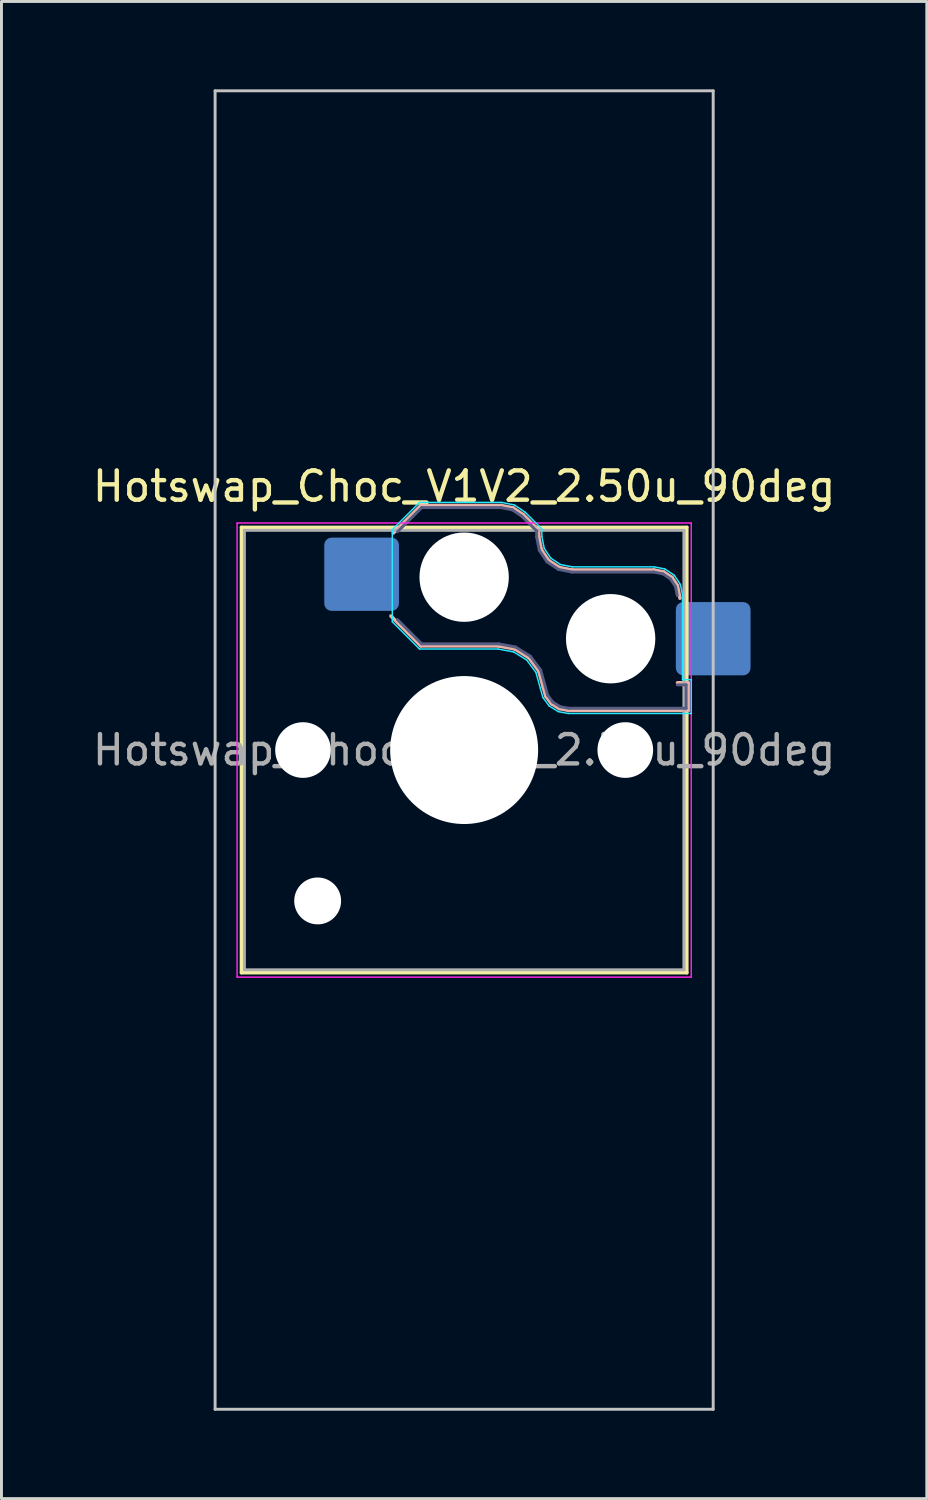
<source format=kicad_pcb>
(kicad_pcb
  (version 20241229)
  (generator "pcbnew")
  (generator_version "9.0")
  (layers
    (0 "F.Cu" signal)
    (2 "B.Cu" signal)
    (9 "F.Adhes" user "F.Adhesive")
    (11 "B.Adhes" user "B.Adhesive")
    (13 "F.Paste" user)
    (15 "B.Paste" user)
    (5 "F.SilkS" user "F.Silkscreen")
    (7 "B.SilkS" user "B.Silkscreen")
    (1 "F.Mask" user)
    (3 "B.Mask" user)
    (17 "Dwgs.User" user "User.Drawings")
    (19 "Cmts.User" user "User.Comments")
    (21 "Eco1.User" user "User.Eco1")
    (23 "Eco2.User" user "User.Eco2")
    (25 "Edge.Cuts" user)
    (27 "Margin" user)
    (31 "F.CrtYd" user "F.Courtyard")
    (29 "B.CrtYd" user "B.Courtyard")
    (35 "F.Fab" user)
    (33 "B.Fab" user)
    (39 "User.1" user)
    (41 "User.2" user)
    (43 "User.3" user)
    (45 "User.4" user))
  (footprint "Hotswap_Choc_V1V2_2.50u_90deg"
    (layer "F.Cu")
    (at 12.792 22.55)
    (property "Reference" "Hotswap_Choc_V1V2_2.50u_90deg" (at 0 -9 0) (layer "F.SilkS") (effects (font (size 1 1) (thickness 0.15))))
    (attr smd)
    (fp_line (start -7.6 -7.6) (end -7.6 7.6) (stroke (width 0.12) (type solid)) (layer "F.SilkS"))
    (fp_line (start -7.6 7.6) (end 7.6 7.6) (stroke (width 0.12) (type solid)) (layer "F.SilkS"))
    (fp_line (start 7.6 -7.6) (end -7.6 -7.6) (stroke (width 0.12) (type solid)) (layer "F.SilkS"))
    (fp_line (start 7.6 7.6) (end 7.6 -7.6) (stroke (width 0.12) (type solid)) (layer "F.SilkS"))
    (fp_line (start -2.416 -7.409) (end -1.479 -8.346) (stroke (width 0.12) (type solid)) (layer "B.SilkS"))
    (fp_line (start -1.479 -8.346) (end 1.268 -8.346) (stroke (width 0.12) (type solid)) (layer "B.SilkS"))
    (fp_line (start -1.479 -3.554) (end -2.5 -4.575) (stroke (width 0.12) (type solid)) (layer "B.SilkS"))
    (fp_line (start 1.168 -3.554) (end -1.479 -3.554) (stroke (width 0.12) (type solid)) (layer "B.SilkS"))
    (fp_line (start 1.268 -8.346) (end 1.671 -8.266) (stroke (width 0.12) (type solid)) (layer "B.SilkS"))
    (fp_line (start 1.671 -8.266) (end 2.013 -8.037) (stroke (width 0.12) (type solid)) (layer "B.SilkS"))
    (fp_line (start 1.73 -3.449) (end 1.168 -3.554) (stroke (width 0.12) (type solid)) (layer "B.SilkS"))
    (fp_line (start 2.013 -8.037) (end 2.546 -7.504) (stroke (width 0.12) (type solid)) (layer "B.SilkS"))
    (fp_line (start 2.209 -3.15) (end 1.73 -3.449) (stroke (width 0.12) (type solid)) (layer "B.SilkS"))
    (fp_line (start 2.546 -7.504) (end 2.546 -7.282) (stroke (width 0.12) (type solid)) (layer "B.SilkS"))
    (fp_line (start 2.546 -7.282) (end 2.633 -6.844) (stroke (width 0.12) (type solid)) (layer "B.SilkS"))
    (fp_line (start 2.547 -2.697) (end 2.209 -3.15) (stroke (width 0.12) (type solid)) (layer "B.SilkS"))
    (fp_line (start 2.633 -6.844) (end 2.877 -6.477) (stroke (width 0.12) (type solid)) (layer "B.SilkS"))
    (fp_line (start 2.701 -2.139) (end 2.547 -2.697) (stroke (width 0.12) (type solid)) (layer "B.SilkS"))
    (fp_line (start 2.783 -1.841) (end 2.701 -2.139) (stroke (width 0.12) (type solid)) (layer "B.SilkS"))
    (fp_line (start 2.877 -6.477) (end 3.244 -6.233) (stroke (width 0.12) (type solid)) (layer "B.SilkS"))
    (fp_line (start 2.976 -1.583) (end 2.783 -1.841) (stroke (width 0.12) (type solid)) (layer "B.SilkS"))
    (fp_line (start 3.244 -6.233) (end 3.682 -6.146) (stroke (width 0.12) (type solid)) (layer "B.SilkS"))
    (fp_line (start 3.25 -1.413) (end 2.976 -1.583) (stroke (width 0.12) (type solid)) (layer "B.SilkS"))
    (fp_line (start 3.56 -1.354) (end 3.25 -1.413) (stroke (width 0.12) (type solid)) (layer "B.SilkS"))
    (fp_line (start 3.682 -6.146) (end 6.482 -6.146) (stroke (width 0.12) (type solid)) (layer "B.SilkS"))
    (fp_line (start 6.482 -6.146) (end 6.809 -6.081) (stroke (width 0.12) (type solid)) (layer "B.SilkS"))
    (fp_line (start 6.809 -6.081) (end 7.092 -5.892) (stroke (width 0.12) (type solid)) (layer "B.SilkS"))
    (fp_line (start 7.092 -5.892) (end 7.281 -5.609) (stroke (width 0.12) (type solid)) (layer "B.SilkS"))
    (fp_line (start 7.281 -5.609) (end 7.366 -5.182) (stroke (width 0.12) (type solid)) (layer "B.SilkS"))
    (fp_line (start 7.283 -2.296) (end 7.646 -2.296) (stroke (width 0.12) (type solid)) (layer "B.SilkS"))
    (fp_line (start 7.646 -2.296) (end 7.646 -1.354) (stroke (width 0.12) (type solid)) (layer "B.SilkS"))
    (fp_line (start 7.646 -1.354) (end 3.56 -1.354) (stroke (width 0.12) (type solid)) (layer "B.SilkS"))
    (fp_line (start -8.5 -22.5) (end 8.5 -22.5) (stroke (width 0.1) (type solid)) (layer "Dwgs.User"))
    (fp_line (start -8.5 22.5) (end -8.5 -22.5) (stroke (width 0.1) (type solid)) (layer "Dwgs.User"))
    (fp_line (start 8.5 -22.5) (end 8.5 22.5) (stroke (width 0.1) (type solid)) (layer "Dwgs.User"))
    (fp_line (start 8.5 22.5) (end -8.5 22.5) (stroke (width 0.1) (type solid)) (layer "Dwgs.User"))
    (fp_line (start -7.25 -7.25) (end -7.25 7.25) (stroke (width 0.1) (type solid)) (layer "Eco1.User"))
    (fp_line (start -7.25 7.25) (end 7.25 7.25) (stroke (width 0.1) (type solid)) (layer "Eco1.User"))
    (fp_line (start 7.25 -7.25) (end -7.25 -7.25) (stroke (width 0.1) (type solid)) (layer "Eco1.User"))
    (fp_line (start 7.25 7.25) (end 7.25 -7.25) (stroke (width 0.1) (type solid)) (layer "Eco1.User"))
    (fp_line (start -2.452 -7.523) (end -1.523 -8.452) (stroke (width 0.05) (type solid)) (layer "B.CrtYd"))
    (fp_line (start -2.452 -4.377) (end -2.452 -7.523) (stroke (width 0.05) (type solid)) (layer "B.CrtYd"))
    (fp_line (start -1.523 -8.452) (end 1.278 -8.452) (stroke (width 0.05) (type solid)) (layer "B.CrtYd"))
    (fp_line (start -1.523 -3.448) (end -2.452 -4.377) (stroke (width 0.05) (type solid)) (layer "B.CrtYd"))
    (fp_line (start 1.159 -3.448) (end -1.523 -3.448) (stroke (width 0.05) (type solid)) (layer "B.CrtYd"))
    (fp_line (start 1.278 -8.452) (end 1.712 -8.366) (stroke (width 0.05) (type solid)) (layer "B.CrtYd"))
    (fp_line (start 1.691 -3.348) (end 1.159 -3.448) (stroke (width 0.05) (type solid)) (layer "B.CrtYd"))
    (fp_line (start 1.712 -8.366) (end 2.081 -8.119) (stroke (width 0.05) (type solid)) (layer "B.CrtYd"))
    (fp_line (start 2.081 -8.119) (end 2.652 -7.548) (stroke (width 0.05) (type solid)) (layer "B.CrtYd"))
    (fp_line (start 2.136 -3.071) (end 1.691 -3.348) (stroke (width 0.05) (type solid)) (layer "B.CrtYd"))
    (fp_line (start 2.45 -2.65) (end 2.136 -3.071) (stroke (width 0.05) (type solid)) (layer "B.CrtYd"))
    (fp_line (start 2.599 -2.111) (end 2.45 -2.65) (stroke (width 0.05) (type solid)) (layer "B.CrtYd"))
    (fp_line (start 2.652 -7.548) (end 2.652 -7.292) (stroke (width 0.05) (type solid)) (layer "B.CrtYd"))
    (fp_line (start 2.652 -7.292) (end 2.733 -6.885) (stroke (width 0.05) (type solid)) (layer "B.CrtYd"))
    (fp_line (start 2.687 -1.794) (end 2.599 -2.111) (stroke (width 0.05) (type solid)) (layer "B.CrtYd"))
    (fp_line (start 2.733 -6.885) (end 2.953 -6.553) (stroke (width 0.05) (type solid)) (layer "B.CrtYd"))
    (fp_line (start 2.903 -1.503) (end 2.687 -1.794) (stroke (width 0.05) (type solid)) (layer "B.CrtYd"))
    (fp_line (start 2.953 -6.553) (end 3.285 -6.333) (stroke (width 0.05) (type solid)) (layer "B.CrtYd"))
    (fp_line (start 3.211 -1.312) (end 2.903 -1.503) (stroke (width 0.05) (type solid)) (layer "B.CrtYd"))
    (fp_line (start 3.285 -6.333) (end 3.692 -6.252) (stroke (width 0.05) (type solid)) (layer "B.CrtYd"))
    (fp_line (start 3.55 -1.248) (end 3.211 -1.312) (stroke (width 0.05) (type solid)) (layer "B.CrtYd"))
    (fp_line (start 3.692 -6.252) (end 6.492 -6.252) (stroke (width 0.05) (type solid)) (layer "B.CrtYd"))
    (fp_line (start 6.492 -6.252) (end 6.85 -6.181) (stroke (width 0.05) (type solid)) (layer "B.CrtYd"))
    (fp_line (start 6.85 -6.181) (end 7.168 -5.968) (stroke (width 0.05) (type solid)) (layer "B.CrtYd"))
    (fp_line (start 7.168 -5.968) (end 7.381 -5.65) (stroke (width 0.05) (type solid)) (layer "B.CrtYd"))
    (fp_line (start 7.381 -5.65) (end 7.452 -5.292) (stroke (width 0.05) (type solid)) (layer "B.CrtYd"))
    (fp_line (start 7.452 -5.292) (end 7.452 -2.402) (stroke (width 0.05) (type solid)) (layer "B.CrtYd"))
    (fp_line (start 7.452 -2.402) (end 7.752 -2.402) (stroke (width 0.05) (type solid)) (layer "B.CrtYd"))
    (fp_line (start 7.752 -2.402) (end 7.752 -1.248) (stroke (width 0.05) (type solid)) (layer "B.CrtYd"))
    (fp_line (start 7.752 -1.248) (end 3.55 -1.248) (stroke (width 0.05) (type solid)) (layer "B.CrtYd"))
    (fp_line (start -7.75 -7.75) (end -7.75 7.75) (stroke (width 0.05) (type solid)) (layer "F.CrtYd"))
    (fp_line (start -7.75 7.75) (end 7.75 7.75) (stroke (width 0.05) (type solid)) (layer "F.CrtYd"))
    (fp_line (start 7.75 -7.75) (end -7.75 -7.75) (stroke (width 0.05) (type solid)) (layer "F.CrtYd"))
    (fp_line (start 7.75 7.75) (end 7.75 -7.75) (stroke (width 0.05) (type solid)) (layer "F.CrtYd"))
    (fp_line (start -2.275 -7.45) (end -1.45 -8.275) (stroke (width 0.1) (type solid)) (layer "B.Fab"))
    (fp_line (start -1.45 -8.275) (end 1.261 -8.275) (stroke (width 0.1) (type solid)) (layer "B.Fab"))
    (fp_line (start -1.45 -3.625) (end -2.275 -4.45) (stroke (width 0.1) (type solid)) (layer "B.Fab"))
    (fp_line (start 1.175 -3.625) (end -1.45 -3.625) (stroke (width 0.1) (type solid)) (layer "B.Fab"))
    (fp_line (start 1.261 -8.275) (end 1.643 -8.199) (stroke (width 0.1) (type solid)) (layer "B.Fab"))
    (fp_line (start 1.643 -8.199) (end 1.968 -7.982) (stroke (width 0.1) (type solid)) (layer "B.Fab"))
    (fp_line (start 1.756 -3.516) (end 1.175 -3.625) (stroke (width 0.1) (type solid)) (layer "B.Fab"))
    (fp_line (start 1.968 -7.982) (end 2.475 -7.475) (stroke (width 0.1) (type solid)) (layer "B.Fab"))
    (fp_line (start 2.258 -3.203) (end 1.756 -3.516) (stroke (width 0.1) (type solid)) (layer "B.Fab"))
    (fp_line (start 2.475 -7.475) (end 2.475 -7.275) (stroke (width 0.1) (type solid)) (layer "B.Fab"))
    (fp_line (start 2.475 -7.275) (end 2.566 -6.816) (stroke (width 0.1) (type solid)) (layer "B.Fab"))
    (fp_line (start 2.566 -6.816) (end 2.826 -6.426) (stroke (width 0.1) (type solid)) (layer "B.Fab"))
    (fp_line (start 2.612 -2.729) (end 2.258 -3.203) (stroke (width 0.1) (type solid)) (layer "B.Fab"))
    (fp_line (start 2.769 -2.158) (end 2.612 -2.729) (stroke (width 0.1) (type solid)) (layer "B.Fab"))
    (fp_line (start 2.826 -6.426) (end 3.216 -6.166) (stroke (width 0.1) (type solid)) (layer "B.Fab"))
    (fp_line (start 2.848 -1.873) (end 2.769 -2.158) (stroke (width 0.1) (type solid)) (layer "B.Fab"))
    (fp_line (start 3.025 -1.636) (end 2.848 -1.873) (stroke (width 0.1) (type solid)) (layer "B.Fab"))
    (fp_line (start 3.216 -6.166) (end 3.675 -6.075) (stroke (width 0.1) (type solid)) (layer "B.Fab"))
    (fp_line (start 3.276 -1.48) (end 3.025 -1.636) (stroke (width 0.1) (type solid)) (layer "B.Fab"))
    (fp_line (start 3.567 -1.425) (end 3.276 -1.48) (stroke (width 0.1) (type solid)) (layer "B.Fab"))
    (fp_line (start 3.675 -6.075) (end 6.475 -6.075) (stroke (width 0.1) (type solid)) (layer "B.Fab"))
    (fp_line (start 6.475 -6.075) (end 6.781 -6.014) (stroke (width 0.1) (type solid)) (layer "B.Fab"))
    (fp_line (start 6.781 -6.014) (end 7.041 -5.841) (stroke (width 0.1) (type solid)) (layer "B.Fab"))
    (fp_line (start 7.041 -5.841) (end 7.214 -5.581) (stroke (width 0.1) (type solid)) (layer "B.Fab"))
    (fp_line (start 7.214 -5.581) (end 7.275 -5.275) (stroke (width 0.1) (type solid)) (layer "B.Fab"))
    (fp_line (start 7.275 -2.225) (end 7.575 -2.225) (stroke (width 0.1) (type solid)) (layer "B.Fab"))
    (fp_line (start 7.575 -2.225) (end 7.575 -1.425) (stroke (width 0.1) (type solid)) (layer "B.Fab"))
    (fp_line (start 7.575 -1.425) (end 3.567 -1.425) (stroke (width 0.1) (type solid)) (layer "B.Fab"))
    (fp_line (start -7.5 -7.5) (end -7.5 7.5) (stroke (width 0.1) (type solid)) (layer "F.Fab"))
    (fp_line (start -7.5 7.5) (end 7.5 7.5) (stroke (width 0.1) (type solid)) (layer "F.Fab"))
    (fp_line (start 7.5 -7.5) (end -7.5 -7.5) (stroke (width 0.1) (type solid)) (layer "F.Fab"))
    (fp_line (start 7.5 7.5) (end 7.5 -7.5) (stroke (width 0.1) (type solid)) (layer "F.Fab"))
    (fp_text user "${REFERENCE}" (at 0 0 0) (layer "F.Fab") (effects (font (size 1 1) (thickness 0.15))))
    (pad "" np_thru_hole circle (at -5.5 0) (size 1.9 1.9) (drill 1.9) (layers "*.Cu" "*.Mask"))
    (pad "" np_thru_hole circle (at -5 5.15) (size 1.6 1.6) (drill 1.6) (layers "*.Cu" "*.Mask"))
    (pad "" np_thru_hole circle (at 0 -5.9) (size 3.05 3.05) (drill 3.05) (layers "*.Cu" "*.Mask"))
    (pad "" np_thru_hole circle (at 0 0) (size 5.05 5.05) (drill 5.05) (layers "*.Cu" "*.Mask"))
    (pad "" np_thru_hole circle (at 5 -3.8) (size 3.05 3.05) (drill 3.05) (layers "*.Cu" "*.Mask"))
    (pad "" np_thru_hole circle (at 5.5 0) (size 1.9 1.9) (drill 1.9) (layers "*.Cu" "*.Mask"))
    (pad "1" smd roundrect (at -3.5 -6) (size 2.55 2.5) (layers "B.Cu" "B.Mask" "B.Paste") (roundrect_rratio 0.1))
    (pad "2" smd roundrect (at 8.5 -3.8) (size 2.55 2.5) (layers "B.Cu" "B.Mask" "B.Paste") (roundrect_rratio 0.1)))
  (gr_rect
    (start -3 -3)
    (end 28.583 48.1)
    (stroke (width 0.1) (type default))
    (fill no)
    (layer "Edge.Cuts")))
</source>
